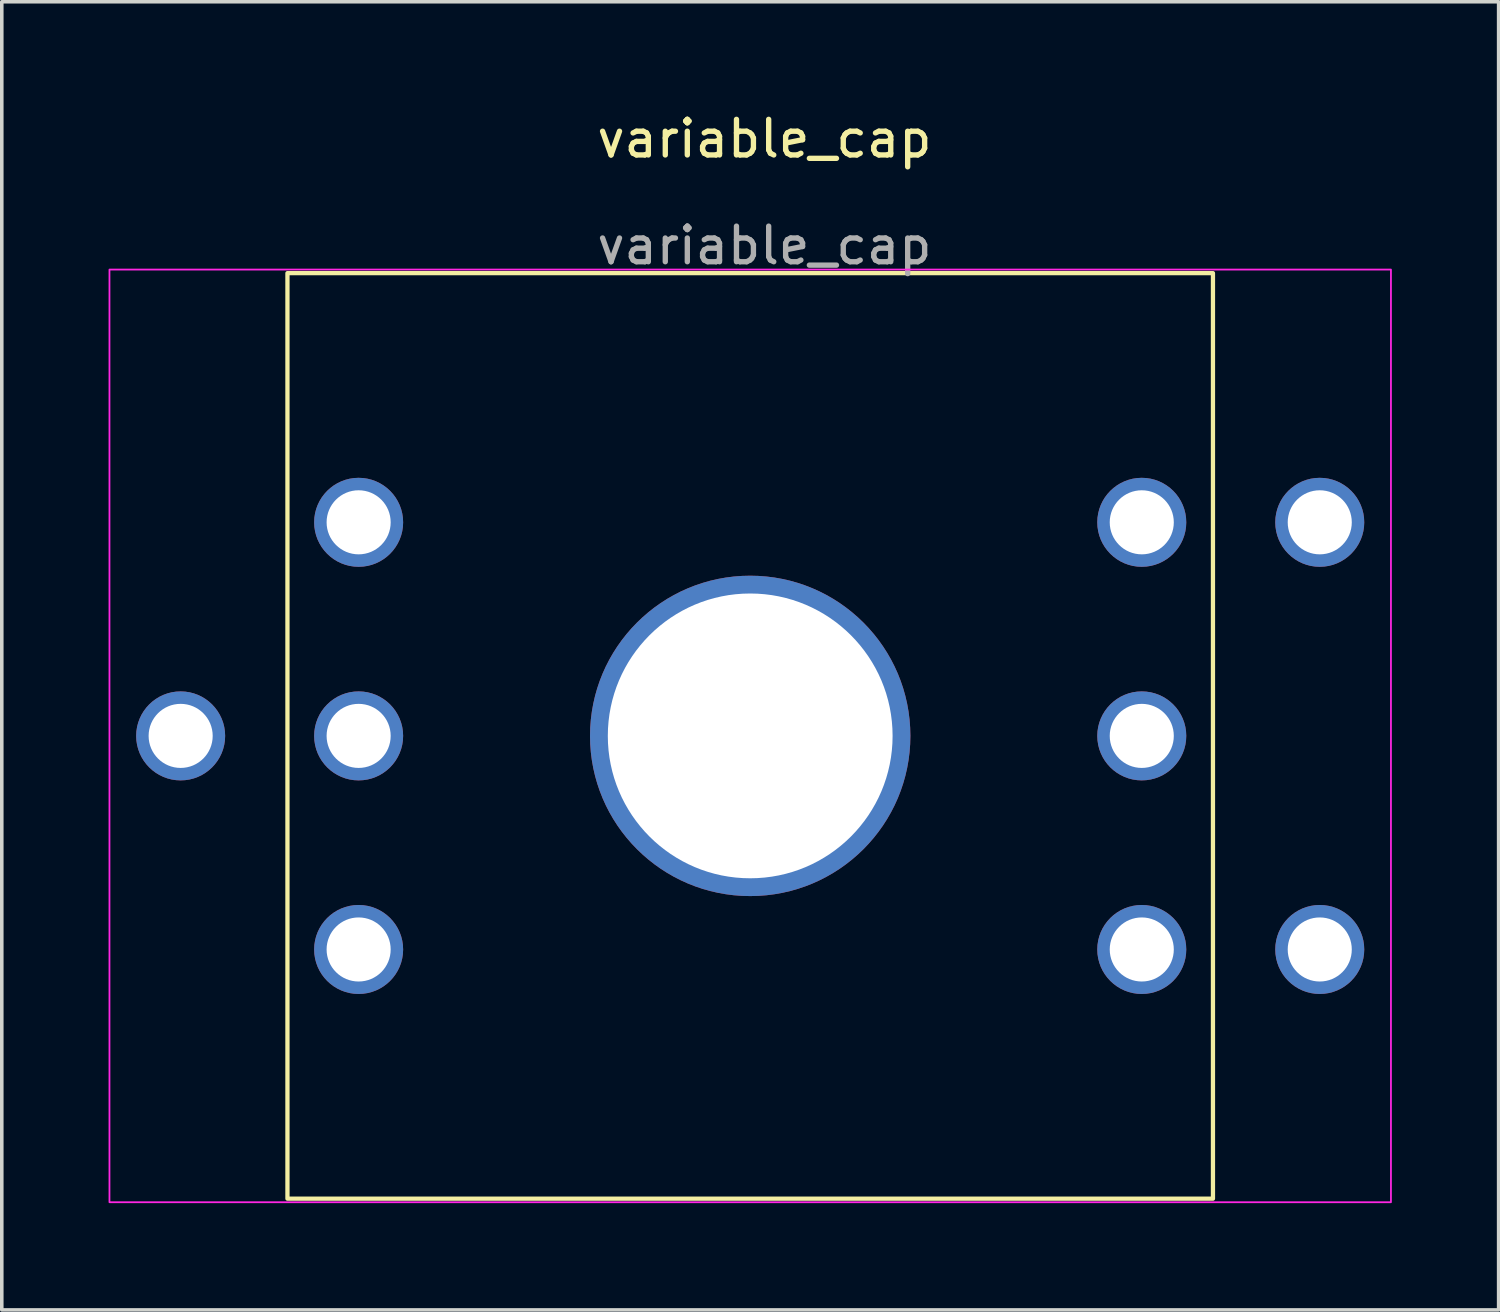
<source format=kicad_pcb>
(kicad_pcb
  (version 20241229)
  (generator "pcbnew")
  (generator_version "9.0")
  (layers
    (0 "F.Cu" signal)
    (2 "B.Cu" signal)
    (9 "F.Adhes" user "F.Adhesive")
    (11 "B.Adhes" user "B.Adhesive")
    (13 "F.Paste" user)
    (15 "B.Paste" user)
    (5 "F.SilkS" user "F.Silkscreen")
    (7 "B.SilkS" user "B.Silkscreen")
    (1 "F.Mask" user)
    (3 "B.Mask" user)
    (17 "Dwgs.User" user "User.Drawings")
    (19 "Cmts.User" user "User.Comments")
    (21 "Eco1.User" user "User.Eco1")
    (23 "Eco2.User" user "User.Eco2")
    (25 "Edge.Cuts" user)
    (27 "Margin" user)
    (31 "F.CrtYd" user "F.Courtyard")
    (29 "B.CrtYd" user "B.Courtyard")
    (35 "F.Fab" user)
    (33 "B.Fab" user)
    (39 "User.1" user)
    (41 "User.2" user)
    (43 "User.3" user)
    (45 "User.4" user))
  (footprint "variable_cap"
    (layer "F.Cu")
    (at 18.025 17.623)
    (property "Reference" "variable_cap" (at 0.4 -16.775 0) (unlocked yes) (layer "F.SilkS") (effects (font (size 1 1) (thickness 0.15))))
    (attr through_hole)
    (fp_rect (start -13 -13) (end 13 13) (stroke (width 0.12) (type solid)) (fill no) (layer "F.SilkS"))
    (fp_rect (start -18 -13.1) (end 18 13.1) (stroke (width 0.05) (type solid)) (fill no) (layer "F.CrtYd"))
    (fp_text user "${REFERENCE}" (at 0.4 -13.775 0) (unlocked yes) (layer "F.Fab") (effects (font (size 1 1) (thickness 0.15))))
    (pad "" thru_hole circle (at -16 0) (size 2.5 2.5) (drill 1.8) (layers "*.Cu" "*.Mask"))
    (pad "" thru_hole circle (at -11 -6) (size 2.5 2.5) (drill 1.8) (layers "*.Cu" "*.Mask"))
    (pad "" thru_hole circle (at -11 0) (size 2.5 2.5) (drill 1.8) (layers "*.Cu" "*.Mask"))
    (pad "" thru_hole circle (at -11 6) (size 2.5 2.5) (drill 1.8) (layers "*.Cu" "*.Mask"))
    (pad "" thru_hole circle (at 0 0) (size 9 9) (drill 8) (layers "*.Cu" "*.Mask"))
    (pad "" thru_hole circle (at 11 6) (size 2.5 2.5) (drill 1.8) (layers "*.Cu" "*.Mask"))
    (pad "" thru_hole circle (at 16 -6) (size 2.5 2.5) (drill 1.8) (layers "*.Cu" "*.Mask"))
    (pad "" thru_hole circle (at 16 6) (size 2.5 2.5) (drill 1.8) (layers "*.Cu" "*.Mask"))
    (pad "1" thru_hole circle (at 11 -6) (size 2.5 2.5) (drill 1.8) (layers "*.Cu" "*.Mask"))
    (pad "2" thru_hole circle (at 11 0) (size 2.5 2.5) (drill 1.8) (layers "*.Cu" "*.Mask")))
  (gr_rect
    (start -3 -3)
    (end 39.05 33.748)
    (stroke (width 0.1) (type default))
    (fill no)
    (layer "Edge.Cuts")))
</source>
